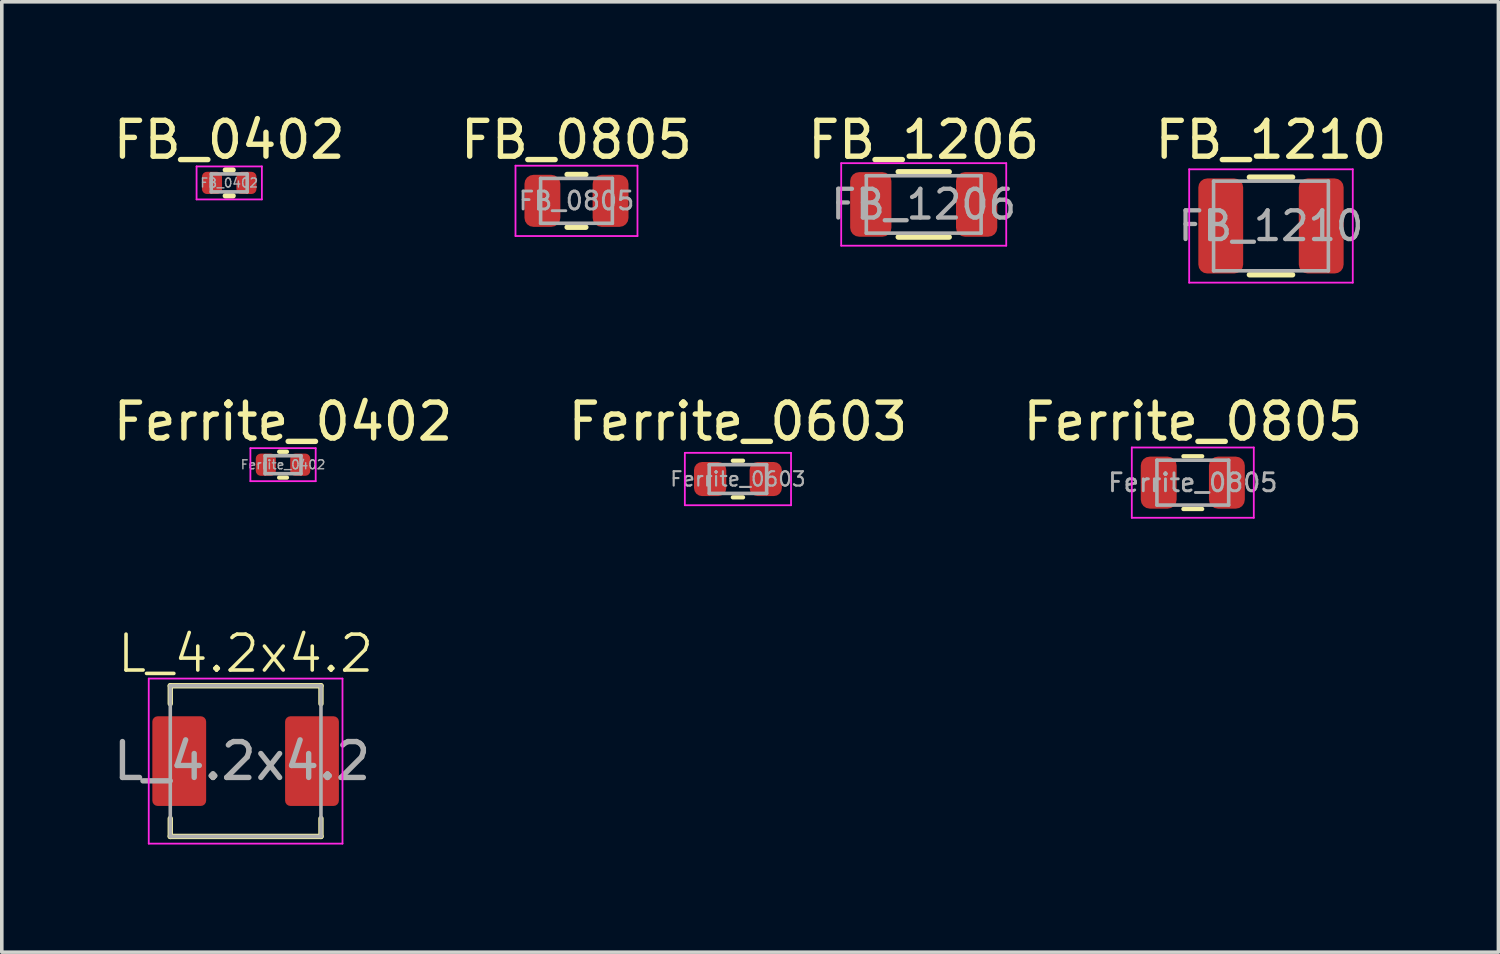
<source format=kicad_pcb>
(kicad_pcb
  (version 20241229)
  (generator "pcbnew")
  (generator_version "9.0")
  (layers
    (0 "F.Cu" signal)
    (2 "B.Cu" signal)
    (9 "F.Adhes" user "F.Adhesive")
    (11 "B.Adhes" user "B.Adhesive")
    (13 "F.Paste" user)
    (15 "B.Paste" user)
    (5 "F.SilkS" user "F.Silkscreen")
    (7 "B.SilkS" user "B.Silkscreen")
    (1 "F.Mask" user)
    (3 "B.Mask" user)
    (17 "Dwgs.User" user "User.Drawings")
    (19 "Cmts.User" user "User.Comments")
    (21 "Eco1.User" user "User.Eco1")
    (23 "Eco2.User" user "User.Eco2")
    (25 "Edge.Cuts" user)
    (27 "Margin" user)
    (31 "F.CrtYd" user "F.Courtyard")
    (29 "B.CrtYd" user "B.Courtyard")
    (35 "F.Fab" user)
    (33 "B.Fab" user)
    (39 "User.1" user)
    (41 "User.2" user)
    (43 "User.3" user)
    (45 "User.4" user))
  (footprint "FB_0805"
    (layer "F.Cu")
    (at 13.018 2.548)
    (property "Reference" "FB_0805" (at 0 -1.7 0) (layer "F.SilkS") (effects (font (size 1 1) (thickness 0.15))))
    (attr smd)
    (fp_line (start -0.261 -0.735) (end 0.261 -0.735) (stroke (width 0.15) (type solid)) (layer "F.SilkS"))
    (fp_line (start -0.261 0.735) (end 0.261 0.735) (stroke (width 0.15) (type solid)) (layer "F.SilkS"))
    (fp_line (start -1.7 -0.98) (end 1.7 -0.98) (stroke (width 0.05) (type solid)) (layer "F.CrtYd"))
    (fp_line (start -1.7 0.98) (end -1.7 -0.98) (stroke (width 0.05) (type solid)) (layer "F.CrtYd"))
    (fp_line (start 1.7 -0.98) (end 1.7 0.98) (stroke (width 0.05) (type solid)) (layer "F.CrtYd"))
    (fp_line (start 1.7 0.98) (end -1.7 0.98) (stroke (width 0.05) (type solid)) (layer "F.CrtYd"))
    (fp_line (start -1 -0.625) (end 1 -0.625) (stroke (width 0.1) (type solid)) (layer "F.Fab"))
    (fp_line (start -1 0.625) (end -1 -0.625) (stroke (width 0.1) (type solid)) (layer "F.Fab"))
    (fp_line (start 1 -0.625) (end 1 0.625) (stroke (width 0.1) (type solid)) (layer "F.Fab"))
    (fp_line (start 1 0.625) (end -1 0.625) (stroke (width 0.1) (type solid)) (layer "F.Fab"))
    (fp_text user "${REFERENCE}" (at 0 0 0) (layer "F.Fab") (effects (font (size 0.5 0.5) (thickness 0.08))))
    (pad "1" smd roundrect (at -0.95 0) (size 1 1.45) (layers "F.Cu" "F.Mask" "F.Paste") (roundrect_rratio 0.25))
    (pad "2" smd roundrect (at 0.95 0) (size 1 1.45) (layers "F.Cu" "F.Mask" "F.Paste") (roundrect_rratio 0.25)))
  (footprint "L_4.2x4.2"
    (layer "F.Cu")
    (at 3.796 18.164)
    (property "Reference" "L_4.2x4.2" (at 0 -2.997 0) (unlocked yes) (layer "F.SilkS") (effects (font (size 1 1) (thickness 0.1))))
    (attr smd)
    (fp_line (start -2.1 -2.1) (end 2.1 -2.1) (stroke (width 0.15) (type solid)) (layer "F.SilkS"))
    (fp_line (start -2.1 -1.6) (end -2.1 -2.1) (stroke (width 0.15) (type solid)) (layer "F.SilkS"))
    (fp_line (start -2.1 1.6) (end -2.1 2.1) (stroke (width 0.15) (type solid)) (layer "F.SilkS"))
    (fp_line (start -2.1 2.1) (end 2.1 2.1) (stroke (width 0.15) (type solid)) (layer "F.SilkS"))
    (fp_line (start 2.1 -1.6) (end 2.1 -2.1) (stroke (width 0.15) (type solid)) (layer "F.SilkS"))
    (fp_line (start 2.1 1.6) (end 2.1 2.1) (stroke (width 0.15) (type solid)) (layer "F.SilkS"))
    (fp_line (start -2.7 -2.3) (end -2.7 2.3) (stroke (width 0.05) (type solid)) (layer "F.CrtYd"))
    (fp_line (start -2.7 -2.3) (end 2.7 -2.3) (stroke (width 0.05) (type solid)) (layer "F.CrtYd"))
    (fp_line (start -2.7 2.3) (end 2.7 2.3) (stroke (width 0.05) (type solid)) (layer "F.CrtYd"))
    (fp_line (start 2.7 -2.3) (end 2.7 2.3) (stroke (width 0.05) (type solid)) (layer "F.CrtYd"))
    (fp_line (start -2.1 -2.1) (end -2.1 2.1) (stroke (width 0.1) (type default)) (layer "F.Fab"))
    (fp_line (start -2.1 2.1) (end 2.1 2.1) (stroke (width 0.1) (type default)) (layer "F.Fab"))
    (fp_line (start 2.1 -2.1) (end -2.1 -2.1) (stroke (width 0.1) (type default)) (layer "F.Fab"))
    (fp_line (start 2.1 -2.1) (end 2.1 2.1) (stroke (width 0.1) (type default)) (layer "F.Fab"))
    (fp_text user "${REFERENCE}" (at -0.1 0 0) (layer "F.Fab") (effects (font (size 1 1) (thickness 0.15))))
    (pad "1" smd roundrect (at -1.85 0) (size 1.5 2.5) (layers "F.Cu" "F.Mask" "F.Paste") (roundrect_rratio 0.1))
    (pad "2" smd roundrect (at 1.85 0) (size 1.5 2.5) (layers "F.Cu" "F.Mask" "F.Paste") (roundrect_rratio 0.1)))
  (footprint "FB_1210"
    (layer "F.Cu")
    (at 32.375 3.248)
    (property "Reference" "FB_1210" (at 0 -2.4 0) (unlocked yes) (layer "F.SilkS") (effects (font (size 1 1) (thickness 0.15))))
    (attr smd)
    (fp_line (start -0.602 -1.36) (end 0.602 -1.36) (stroke (width 0.15) (type solid)) (layer "F.SilkS"))
    (fp_line (start -0.602 1.36) (end 0.602 1.36) (stroke (width 0.15) (type solid)) (layer "F.SilkS"))
    (fp_line (start -2.28 -1.58) (end 2.28 -1.58) (stroke (width 0.05) (type solid)) (layer "F.CrtYd"))
    (fp_line (start -2.28 1.58) (end -2.28 -1.58) (stroke (width 0.05) (type solid)) (layer "F.CrtYd"))
    (fp_line (start 2.28 -1.58) (end 2.28 1.58) (stroke (width 0.05) (type solid)) (layer "F.CrtYd"))
    (fp_line (start 2.28 1.58) (end -2.28 1.58) (stroke (width 0.05) (type solid)) (layer "F.CrtYd"))
    (fp_line (start -1.6 -1.25) (end 1.6 -1.25) (stroke (width 0.1) (type solid)) (layer "F.Fab"))
    (fp_line (start -1.6 1.25) (end -1.6 -1.25) (stroke (width 0.1) (type solid)) (layer "F.Fab"))
    (fp_line (start 1.6 -1.25) (end 1.6 1.25) (stroke (width 0.1) (type solid)) (layer "F.Fab"))
    (fp_line (start 1.6 1.25) (end -1.6 1.25) (stroke (width 0.1) (type solid)) (layer "F.Fab"))
    (fp_text user "${REFERENCE}" (at 0 0 0) (layer "F.Fab") (effects (font (size 0.8 0.8) (thickness 0.12))))
    (pad "1" smd roundrect (at -1.4 0) (size 1.25 2.65) (layers "F.Cu" "F.Mask" "F.Paste") (roundrect_rratio 0.2))
    (pad "2" smd roundrect (at 1.4 0) (size 1.25 2.65) (layers "F.Cu" "F.Mask" "F.Paste") (roundrect_rratio 0.2)))
  (footprint "FB_1206"
    (layer "F.Cu")
    (at 22.696 2.648)
    (property "Reference" "FB_1206" (at 0 -1.8 0) (layer "F.SilkS") (effects (font (size 1 1) (thickness 0.15))))
    (attr smd)
    (fp_line (start -0.711 -0.91) (end 0.711 -0.91) (stroke (width 0.15) (type solid)) (layer "F.SilkS"))
    (fp_line (start -0.711 0.91) (end 0.711 0.91) (stroke (width 0.15) (type solid)) (layer "F.SilkS"))
    (fp_line (start -2.3 -1.15) (end 2.3 -1.15) (stroke (width 0.05) (type solid)) (layer "F.CrtYd"))
    (fp_line (start -2.3 1.15) (end -2.3 -1.15) (stroke (width 0.05) (type solid)) (layer "F.CrtYd"))
    (fp_line (start 2.3 -1.15) (end 2.3 1.15) (stroke (width 0.05) (type solid)) (layer "F.CrtYd"))
    (fp_line (start 2.3 1.15) (end -2.3 1.15) (stroke (width 0.05) (type solid)) (layer "F.CrtYd"))
    (fp_line (start -1.6 -0.8) (end 1.6 -0.8) (stroke (width 0.1) (type solid)) (layer "F.Fab"))
    (fp_line (start -1.6 0.8) (end -1.6 -0.8) (stroke (width 0.1) (type solid)) (layer "F.Fab"))
    (fp_line (start 1.6 -0.8) (end 1.6 0.8) (stroke (width 0.1) (type solid)) (layer "F.Fab"))
    (fp_line (start 1.6 0.8) (end -1.6 0.8) (stroke (width 0.1) (type solid)) (layer "F.Fab"))
    (fp_text user "${REFERENCE}" (at 0 0 0) (layer "F.Fab") (effects (font (size 0.8 0.8) (thickness 0.12))))
    (pad "1" smd roundrect (at -1.475 0) (size 1.15 1.8) (layers "F.Cu" "F.Mask" "F.Paste") (roundrect_rratio 0.217))
    (pad "2" smd roundrect (at 1.475 0) (size 1.15 1.8) (layers "F.Cu" "F.Mask" "F.Paste") (roundrect_rratio 0.217)))
  (footprint "Ferrite_0603"
    (layer "F.Cu")
    (at 17.518 10.302)
    (property "Reference" "Ferrite_0603" (at 0 -1.6 0) (layer "F.SilkS") (effects (font (size 1 1) (thickness 0.15))))
    (attr through_hole)
    (fp_line (start -0.141 -0.51) (end 0.141 -0.51) (stroke (width 0.12) (type solid)) (layer "F.SilkS"))
    (fp_line (start -0.141 0.51) (end 0.141 0.51) (stroke (width 0.12) (type solid)) (layer "F.SilkS"))
    (fp_line (start -1.48 -0.73) (end 1.48 -0.73) (stroke (width 0.05) (type solid)) (layer "F.CrtYd"))
    (fp_line (start -1.48 0.73) (end -1.48 -0.73) (stroke (width 0.05) (type solid)) (layer "F.CrtYd"))
    (fp_line (start 1.48 -0.73) (end 1.48 0.73) (stroke (width 0.05) (type solid)) (layer "F.CrtYd"))
    (fp_line (start 1.48 0.73) (end -1.48 0.73) (stroke (width 0.05) (type solid)) (layer "F.CrtYd"))
    (fp_line (start -0.8 -0.4) (end 0.8 -0.4) (stroke (width 0.1) (type solid)) (layer "F.Fab"))
    (fp_line (start -0.8 0.4) (end -0.8 -0.4) (stroke (width 0.1) (type solid)) (layer "F.Fab"))
    (fp_line (start 0.8 -0.4) (end 0.8 0.4) (stroke (width 0.1) (type solid)) (layer "F.Fab"))
    (fp_line (start 0.8 0.4) (end -0.8 0.4) (stroke (width 0.1) (type solid)) (layer "F.Fab"))
    (fp_text user "${REFERENCE}" (at 0 0 0) (layer "F.Fab") (effects (font (size 0.4 0.4) (thickness 0.06))))
    (pad "1" smd roundrect (at -0.775 0) (size 0.9 0.95) (layers "F.Cu" "F.Mask" "F.Paste") (roundrect_rratio 0.25))
    (pad "2" smd roundrect (at 0.775 0) (size 0.9 0.95) (layers "F.Cu" "F.Mask" "F.Paste") (roundrect_rratio 0.25)))
  (footprint "Ferrite_0402"
    (layer "F.Cu")
    (at 4.839 9.902)
    (property "Reference" "Ferrite_0402" (at 0 -1.2 0) (layer "F.SilkS") (effects (font (size 1 1) (thickness 0.15))))
    (attr through_hole)
    (fp_line (start -0.108 -0.36) (end 0.108 -0.36) (stroke (width 0.12) (type solid)) (layer "F.SilkS"))
    (fp_line (start -0.108 0.36) (end 0.108 0.36) (stroke (width 0.12) (type solid)) (layer "F.SilkS"))
    (fp_line (start -0.91 -0.46) (end 0.91 -0.46) (stroke (width 0.05) (type solid)) (layer "F.CrtYd"))
    (fp_line (start -0.91 0.46) (end -0.91 -0.46) (stroke (width 0.05) (type solid)) (layer "F.CrtYd"))
    (fp_line (start 0.91 -0.46) (end 0.91 0.46) (stroke (width 0.05) (type solid)) (layer "F.CrtYd"))
    (fp_line (start 0.91 0.46) (end -0.91 0.46) (stroke (width 0.05) (type solid)) (layer "F.CrtYd"))
    (fp_line (start -0.5 -0.25) (end 0.5 -0.25) (stroke (width 0.1) (type solid)) (layer "F.Fab"))
    (fp_line (start -0.5 0.25) (end -0.5 -0.25) (stroke (width 0.1) (type solid)) (layer "F.Fab"))
    (fp_line (start 0.5 -0.25) (end 0.5 0.25) (stroke (width 0.1) (type solid)) (layer "F.Fab"))
    (fp_line (start 0.5 0.25) (end -0.5 0.25) (stroke (width 0.1) (type solid)) (layer "F.Fab"))
    (fp_text user "${REFERENCE}" (at 0 0 0) (layer "F.Fab") (effects (font (size 0.25 0.25) (thickness 0.04))))
    (pad "1" smd roundrect (at -0.48 0) (size 0.56 0.62) (layers "F.Cu" "F.Mask" "F.Paste") (roundrect_rratio 0.25))
    (pad "2" smd roundrect (at 0.48 0) (size 0.56 0.62) (layers "F.Cu" "F.Mask" "F.Paste") (roundrect_rratio 0.25)))
  (footprint "Ferrite_0805"
    (layer "F.Cu")
    (at 30.196 10.402)
    (property "Reference" "Ferrite_0805" (at 0 -1.7 0) (layer "F.SilkS") (effects (font (size 1 1) (thickness 0.15))))
    (attr through_hole)
    (fp_line (start -0.261 -0.735) (end 0.261 -0.735) (stroke (width 0.12) (type solid)) (layer "F.SilkS"))
    (fp_line (start -0.261 0.735) (end 0.261 0.735) (stroke (width 0.12) (type solid)) (layer "F.SilkS"))
    (fp_line (start -1.7 -0.98) (end 1.7 -0.98) (stroke (width 0.05) (type solid)) (layer "F.CrtYd"))
    (fp_line (start -1.7 0.98) (end -1.7 -0.98) (stroke (width 0.05) (type solid)) (layer "F.CrtYd"))
    (fp_line (start 1.7 -0.98) (end 1.7 0.98) (stroke (width 0.05) (type solid)) (layer "F.CrtYd"))
    (fp_line (start 1.7 0.98) (end -1.7 0.98) (stroke (width 0.05) (type solid)) (layer "F.CrtYd"))
    (fp_line (start -1 -0.625) (end 1 -0.625) (stroke (width 0.1) (type solid)) (layer "F.Fab"))
    (fp_line (start -1 0.625) (end -1 -0.625) (stroke (width 0.1) (type solid)) (layer "F.Fab"))
    (fp_line (start 1 -0.625) (end 1 0.625) (stroke (width 0.1) (type solid)) (layer "F.Fab"))
    (fp_line (start 1 0.625) (end -1 0.625) (stroke (width 0.1) (type solid)) (layer "F.Fab"))
    (fp_text user "${REFERENCE}" (at 0 0 0) (layer "F.Fab") (effects (font (size 0.5 0.5) (thickness 0.08))))
    (pad "1" smd roundrect (at -0.95 0) (size 1 1.45) (layers "F.Cu" "F.Mask" "F.Paste") (roundrect_rratio 0.25))
    (pad "2" smd roundrect (at 0.95 0) (size 1 1.45) (layers "F.Cu" "F.Mask" "F.Paste") (roundrect_rratio 0.25)))
  (footprint "FB_0402"
    (layer "F.Cu")
    (at 3.339 2.048)
    (property "Reference" "FB_0402" (at 0 -1.2 0) (layer "F.SilkS") (effects (font (size 1 1) (thickness 0.15))))
    (attr through_hole)
    (fp_line (start -0.108 -0.36) (end 0.108 -0.36) (stroke (width 0.15) (type solid)) (layer "F.SilkS"))
    (fp_line (start -0.108 0.36) (end 0.108 0.36) (stroke (width 0.15) (type solid)) (layer "F.SilkS"))
    (fp_line (start -0.91 -0.46) (end 0.91 -0.46) (stroke (width 0.05) (type solid)) (layer "F.CrtYd"))
    (fp_line (start -0.91 0.46) (end -0.91 -0.46) (stroke (width 0.05) (type solid)) (layer "F.CrtYd"))
    (fp_line (start 0.91 -0.46) (end 0.91 0.46) (stroke (width 0.05) (type solid)) (layer "F.CrtYd"))
    (fp_line (start 0.91 0.46) (end -0.91 0.46) (stroke (width 0.05) (type solid)) (layer "F.CrtYd"))
    (fp_line (start -0.5 -0.25) (end 0.5 -0.25) (stroke (width 0.1) (type solid)) (layer "F.Fab"))
    (fp_line (start -0.5 0.25) (end -0.5 -0.25) (stroke (width 0.1) (type solid)) (layer "F.Fab"))
    (fp_line (start 0.5 -0.25) (end 0.5 0.25) (stroke (width 0.1) (type solid)) (layer "F.Fab"))
    (fp_line (start 0.5 0.25) (end -0.5 0.25) (stroke (width 0.1) (type solid)) (layer "F.Fab"))
    (fp_text user "${REFERENCE}" (at 0 0 0) (layer "F.Fab") (effects (font (size 0.25 0.25) (thickness 0.04))))
    (pad "1" smd roundrect (at -0.48 0) (size 0.56 0.62) (layers "F.Cu" "F.Mask" "F.Paste") (roundrect_rratio 0.25))
    (pad "2" smd roundrect (at 0.48 0) (size 0.56 0.62) (layers "F.Cu" "F.Mask" "F.Paste") (roundrect_rratio 0.25)))
  (gr_rect
    (start -3 -3)
    (end 38.714 23.489)
    (stroke (width 0.1) (type default))
    (fill no)
    (layer "Edge.Cuts")))
</source>
